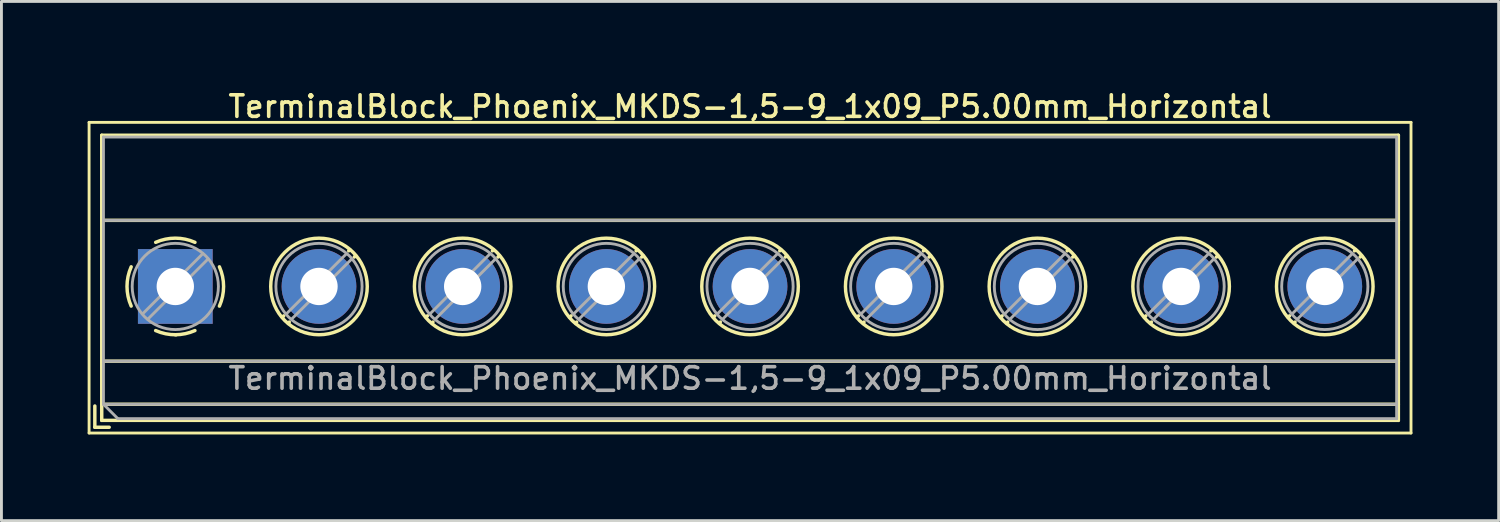
<source format=kicad_pcb>
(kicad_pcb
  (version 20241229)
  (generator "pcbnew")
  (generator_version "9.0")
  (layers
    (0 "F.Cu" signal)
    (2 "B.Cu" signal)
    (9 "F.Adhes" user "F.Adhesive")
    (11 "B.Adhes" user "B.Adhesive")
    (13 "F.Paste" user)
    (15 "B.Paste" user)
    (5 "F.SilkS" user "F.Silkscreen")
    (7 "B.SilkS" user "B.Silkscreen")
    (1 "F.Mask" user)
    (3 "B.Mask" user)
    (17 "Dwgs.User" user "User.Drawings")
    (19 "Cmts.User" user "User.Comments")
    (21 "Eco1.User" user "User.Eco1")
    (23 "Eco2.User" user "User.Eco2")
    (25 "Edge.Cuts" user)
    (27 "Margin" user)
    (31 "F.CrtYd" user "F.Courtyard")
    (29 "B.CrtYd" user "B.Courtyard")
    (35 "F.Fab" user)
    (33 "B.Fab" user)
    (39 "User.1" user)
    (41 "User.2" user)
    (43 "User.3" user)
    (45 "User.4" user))
  (footprint "TerminalBlock_Phoenix_MKDS-1,5-9_1x09_P5.00mm_Horizontal"
    (layer "F.Cu")
    (at 3.05 6.918)
    (property "Reference" "TerminalBlock_Phoenix_MKDS-1,5-9_1x09_P5.00mm_Horizontal" (at 20 -6.26 0) (layer "F.SilkS") (effects (font (size 0.75 0.75) (thickness 0.125))))
    (attr through_hole)
    (fp_line (start -3 -5.71) (end -3 5.1) (stroke (width 0.1) (type solid)) (layer "F.SilkS"))
    (fp_line (start -3 5.1) (end 43 5.1) (stroke (width 0.1) (type solid)) (layer "F.SilkS"))
    (fp_line (start -2.8 4.16) (end -2.8 4.9) (stroke (width 0.12) (type solid)) (layer "F.SilkS"))
    (fp_line (start -2.8 4.9) (end -2.3 4.9) (stroke (width 0.12) (type solid)) (layer "F.SilkS"))
    (fp_line (start -2.56 -5.261) (end -2.56 4.66) (stroke (width 0.12) (type solid)) (layer "F.SilkS"))
    (fp_line (start -2.56 -5.261) (end 42.56 -5.261) (stroke (width 0.12) (type solid)) (layer "F.SilkS"))
    (fp_line (start -2.56 -2.301) (end 42.56 -2.301) (stroke (width 0.12) (type solid)) (layer "F.SilkS"))
    (fp_line (start -2.56 2.6) (end 42.56 2.6) (stroke (width 0.12) (type solid)) (layer "F.SilkS"))
    (fp_line (start -2.56 4.1) (end 42.56 4.1) (stroke (width 0.12) (type solid)) (layer "F.SilkS"))
    (fp_line (start -2.56 4.66) (end 42.56 4.66) (stroke (width 0.12) (type solid)) (layer "F.SilkS"))
    (fp_line (start 3.773 1.023) (end 3.726 1.069) (stroke (width 0.12) (type solid)) (layer "F.SilkS"))
    (fp_line (start 3.966 1.239) (end 3.931 1.274) (stroke (width 0.12) (type solid)) (layer "F.SilkS"))
    (fp_line (start 6.07 -1.275) (end 6.035 -1.239) (stroke (width 0.12) (type solid)) (layer "F.SilkS"))
    (fp_line (start 6.275 -1.069) (end 6.228 -1.023) (stroke (width 0.12) (type solid)) (layer "F.SilkS"))
    (fp_line (start 8.773 1.023) (end 8.726 1.069) (stroke (width 0.12) (type solid)) (layer "F.SilkS"))
    (fp_line (start 8.966 1.239) (end 8.931 1.274) (stroke (width 0.12) (type solid)) (layer "F.SilkS"))
    (fp_line (start 11.07 -1.275) (end 11.035 -1.239) (stroke (width 0.12) (type solid)) (layer "F.SilkS"))
    (fp_line (start 11.275 -1.069) (end 11.228 -1.023) (stroke (width 0.12) (type solid)) (layer "F.SilkS"))
    (fp_line (start 13.773 1.023) (end 13.726 1.069) (stroke (width 0.12) (type solid)) (layer "F.SilkS"))
    (fp_line (start 13.966 1.239) (end 13.931 1.274) (stroke (width 0.12) (type solid)) (layer "F.SilkS"))
    (fp_line (start 16.07 -1.275) (end 16.035 -1.239) (stroke (width 0.12) (type solid)) (layer "F.SilkS"))
    (fp_line (start 16.275 -1.069) (end 16.228 -1.023) (stroke (width 0.12) (type solid)) (layer "F.SilkS"))
    (fp_line (start 18.773 1.023) (end 18.726 1.069) (stroke (width 0.12) (type solid)) (layer "F.SilkS"))
    (fp_line (start 18.966 1.239) (end 18.931 1.274) (stroke (width 0.12) (type solid)) (layer "F.SilkS"))
    (fp_line (start 21.07 -1.275) (end 21.035 -1.239) (stroke (width 0.12) (type solid)) (layer "F.SilkS"))
    (fp_line (start 21.275 -1.069) (end 21.228 -1.023) (stroke (width 0.12) (type solid)) (layer "F.SilkS"))
    (fp_line (start 23.773 1.023) (end 23.726 1.069) (stroke (width 0.12) (type solid)) (layer "F.SilkS"))
    (fp_line (start 23.966 1.239) (end 23.931 1.274) (stroke (width 0.12) (type solid)) (layer "F.SilkS"))
    (fp_line (start 26.07 -1.275) (end 26.035 -1.239) (stroke (width 0.12) (type solid)) (layer "F.SilkS"))
    (fp_line (start 26.275 -1.069) (end 26.228 -1.023) (stroke (width 0.12) (type solid)) (layer "F.SilkS"))
    (fp_line (start 28.773 1.023) (end 28.726 1.069) (stroke (width 0.12) (type solid)) (layer "F.SilkS"))
    (fp_line (start 28.966 1.239) (end 28.931 1.274) (stroke (width 0.12) (type solid)) (layer "F.SilkS"))
    (fp_line (start 31.07 -1.275) (end 31.035 -1.239) (stroke (width 0.12) (type solid)) (layer "F.SilkS"))
    (fp_line (start 31.275 -1.069) (end 31.228 -1.023) (stroke (width 0.12) (type solid)) (layer "F.SilkS"))
    (fp_line (start 33.773 1.023) (end 33.726 1.069) (stroke (width 0.12) (type solid)) (layer "F.SilkS"))
    (fp_line (start 33.966 1.239) (end 33.931 1.274) (stroke (width 0.12) (type solid)) (layer "F.SilkS"))
    (fp_line (start 36.07 -1.275) (end 36.035 -1.239) (stroke (width 0.12) (type solid)) (layer "F.SilkS"))
    (fp_line (start 36.275 -1.069) (end 36.228 -1.023) (stroke (width 0.12) (type solid)) (layer "F.SilkS"))
    (fp_line (start 38.773 1.023) (end 38.726 1.069) (stroke (width 0.12) (type solid)) (layer "F.SilkS"))
    (fp_line (start 38.966 1.239) (end 38.931 1.274) (stroke (width 0.12) (type solid)) (layer "F.SilkS"))
    (fp_line (start 41.07 -1.275) (end 41.035 -1.239) (stroke (width 0.12) (type solid)) (layer "F.SilkS"))
    (fp_line (start 41.275 -1.069) (end 41.228 -1.023) (stroke (width 0.12) (type solid)) (layer "F.SilkS"))
    (fp_line (start 42.56 -5.261) (end 42.56 4.66) (stroke (width 0.12) (type solid)) (layer "F.SilkS"))
    (fp_line (start 43 -5.71) (end -3 -5.71) (stroke (width 0.1) (type solid)) (layer "F.SilkS"))
    (fp_line (start 43 5.1) (end 43 -5.71) (stroke (width 0.1) (type solid)) (layer "F.SilkS"))
    (fp_arc (start -1.535427 0.683042) (mid -1.680501 -0.000524) (end -1.535 -0.684) (stroke (width 0.12) (type solid)) (layer "F.SilkS"))
    (fp_arc (start -0.683042 -1.535427) (mid 0.000524 -1.680501) (end 0.684 -1.535) (stroke (width 0.12) (type solid)) (layer "F.SilkS"))
    (fp_arc (start 0.028805 1.680253) (mid -0.335551 1.646659) (end -0.684 1.535) (stroke (width 0.12) (type solid)) (layer "F.SilkS"))
    (fp_arc (start 0.683318 1.534756) (mid 0.349292 1.643288) (end 0 1.68) (stroke (width 0.12) (type solid)) (layer "F.SilkS"))
    (fp_arc (start 1.535427 -0.683042) (mid 1.680501 0.000524) (end 1.535 0.684) (stroke (width 0.12) (type solid)) (layer "F.SilkS"))
    (fp_circle (center 5 0) (end 6.68 0) (stroke (width 0.12) (type solid)) (fill no) (layer "F.SilkS"))
    (fp_circle (center 10 0) (end 11.68 0) (stroke (width 0.12) (type solid)) (fill no) (layer "F.SilkS"))
    (fp_circle (center 15 0) (end 16.68 0) (stroke (width 0.12) (type solid)) (fill no) (layer "F.SilkS"))
    (fp_circle (center 20 0) (end 21.68 0) (stroke (width 0.12) (type solid)) (fill no) (layer "F.SilkS"))
    (fp_circle (center 25 0) (end 26.68 0) (stroke (width 0.12) (type solid)) (fill no) (layer "F.SilkS"))
    (fp_circle (center 30 0) (end 31.68 0) (stroke (width 0.12) (type solid)) (fill no) (layer "F.SilkS"))
    (fp_circle (center 35 0) (end 36.68 0) (stroke (width 0.12) (type solid)) (fill no) (layer "F.SilkS"))
    (fp_circle (center 40 0) (end 41.68 0) (stroke (width 0.12) (type solid)) (fill no) (layer "F.SilkS"))
    (fp_line (start -2.5 -5.2) (end 42.5 -5.2) (stroke (width 0.1) (type solid)) (layer "F.Fab"))
    (fp_line (start -2.5 -2.3) (end 42.5 -2.3) (stroke (width 0.1) (type solid)) (layer "F.Fab"))
    (fp_line (start -2.5 2.6) (end 42.5 2.6) (stroke (width 0.1) (type solid)) (layer "F.Fab"))
    (fp_line (start -2.5 4.1) (end -2.5 -5.2) (stroke (width 0.1) (type solid)) (layer "F.Fab"))
    (fp_line (start -2.5 4.1) (end 42.5 4.1) (stroke (width 0.1) (type solid)) (layer "F.Fab"))
    (fp_line (start -2 4.6) (end -2.5 4.1) (stroke (width 0.1) (type solid)) (layer "F.Fab"))
    (fp_line (start 0.955 -1.138) (end -1.138 0.955) (stroke (width 0.1) (type solid)) (layer "F.Fab"))
    (fp_line (start 1.138 -0.955) (end -0.955 1.138) (stroke (width 0.1) (type solid)) (layer "F.Fab"))
    (fp_line (start 5.955 -1.138) (end 3.863 0.955) (stroke (width 0.1) (type solid)) (layer "F.Fab"))
    (fp_line (start 6.138 -0.955) (end 4.046 1.138) (stroke (width 0.1) (type solid)) (layer "F.Fab"))
    (fp_line (start 10.955 -1.138) (end 8.863 0.955) (stroke (width 0.1) (type solid)) (layer "F.Fab"))
    (fp_line (start 11.138 -0.955) (end 9.046 1.138) (stroke (width 0.1) (type solid)) (layer "F.Fab"))
    (fp_line (start 15.955 -1.138) (end 13.863 0.955) (stroke (width 0.1) (type solid)) (layer "F.Fab"))
    (fp_line (start 16.138 -0.955) (end 14.046 1.138) (stroke (width 0.1) (type solid)) (layer "F.Fab"))
    (fp_line (start 20.955 -1.138) (end 18.863 0.955) (stroke (width 0.1) (type solid)) (layer "F.Fab"))
    (fp_line (start 21.138 -0.955) (end 19.046 1.138) (stroke (width 0.1) (type solid)) (layer "F.Fab"))
    (fp_line (start 25.955 -1.138) (end 23.863 0.955) (stroke (width 0.1) (type solid)) (layer "F.Fab"))
    (fp_line (start 26.138 -0.955) (end 24.046 1.138) (stroke (width 0.1) (type solid)) (layer "F.Fab"))
    (fp_line (start 30.955 -1.138) (end 28.863 0.955) (stroke (width 0.1) (type solid)) (layer "F.Fab"))
    (fp_line (start 31.138 -0.955) (end 29.046 1.138) (stroke (width 0.1) (type solid)) (layer "F.Fab"))
    (fp_line (start 35.955 -1.138) (end 33.863 0.955) (stroke (width 0.1) (type solid)) (layer "F.Fab"))
    (fp_line (start 36.138 -0.955) (end 34.046 1.138) (stroke (width 0.1) (type solid)) (layer "F.Fab"))
    (fp_line (start 40.955 -1.138) (end 38.863 0.955) (stroke (width 0.1) (type solid)) (layer "F.Fab"))
    (fp_line (start 41.138 -0.955) (end 39.046 1.138) (stroke (width 0.1) (type solid)) (layer "F.Fab"))
    (fp_line (start 42.5 -5.2) (end 42.5 4.6) (stroke (width 0.1) (type solid)) (layer "F.Fab"))
    (fp_line (start 42.5 4.6) (end -2 4.6) (stroke (width 0.1) (type solid)) (layer "F.Fab"))
    (fp_circle (center 0 0) (end 1.5 0) (stroke (width 0.1) (type solid)) (fill no) (layer "F.Fab"))
    (fp_circle (center 5 0) (end 6.5 0) (stroke (width 0.1) (type solid)) (fill no) (layer "F.Fab"))
    (fp_circle (center 10 0) (end 11.5 0) (stroke (width 0.1) (type solid)) (fill no) (layer "F.Fab"))
    (fp_circle (center 15 0) (end 16.5 0) (stroke (width 0.1) (type solid)) (fill no) (layer "F.Fab"))
    (fp_circle (center 20 0) (end 21.5 0) (stroke (width 0.1) (type solid)) (fill no) (layer "F.Fab"))
    (fp_circle (center 25 0) (end 26.5 0) (stroke (width 0.1) (type solid)) (fill no) (layer "F.Fab"))
    (fp_circle (center 30 0) (end 31.5 0) (stroke (width 0.1) (type solid)) (fill no) (layer "F.Fab"))
    (fp_circle (center 35 0) (end 36.5 0) (stroke (width 0.1) (type solid)) (fill no) (layer "F.Fab"))
    (fp_circle (center 40 0) (end 41.5 0) (stroke (width 0.1) (type solid)) (fill no) (layer "F.Fab"))
    (fp_text user "${REFERENCE}" (at 20 3.2 0) (layer "F.Fab") (effects (font (size 0.75 0.75) (thickness 0.125))))
    (pad "1" thru_hole rect (at 0 0) (size 2.6 2.6) (drill 1.3) (layers "*.Cu" "*.Mask"))
    (pad "2" thru_hole circle (at 5 0) (size 2.6 2.6) (drill 1.3) (layers "*.Cu" "*.Mask"))
    (pad "3" thru_hole circle (at 10 0) (size 2.6 2.6) (drill 1.3) (layers "*.Cu" "*.Mask"))
    (pad "4" thru_hole circle (at 15 0) (size 2.6 2.6) (drill 1.3) (layers "*.Cu" "*.Mask"))
    (pad "5" thru_hole circle (at 20 0) (size 2.6 2.6) (drill 1.3) (layers "*.Cu" "*.Mask"))
    (pad "6" thru_hole circle (at 25 0) (size 2.6 2.6) (drill 1.3) (layers "*.Cu" "*.Mask"))
    (pad "7" thru_hole circle (at 30 0) (size 2.6 2.6) (drill 1.3) (layers "*.Cu" "*.Mask"))
    (pad "8" thru_hole circle (at 35 0) (size 2.6 2.6) (drill 1.3) (layers "*.Cu" "*.Mask"))
    (pad "9" thru_hole circle (at 40 0) (size 2.6 2.6) (drill 1.3) (layers "*.Cu" "*.Mask")))
  (gr_rect
    (start -3 -3)
    (end 49.1 15.068)
    (stroke (width 0.1) (type default))
    (fill no)
    (layer "Edge.Cuts")))
</source>
